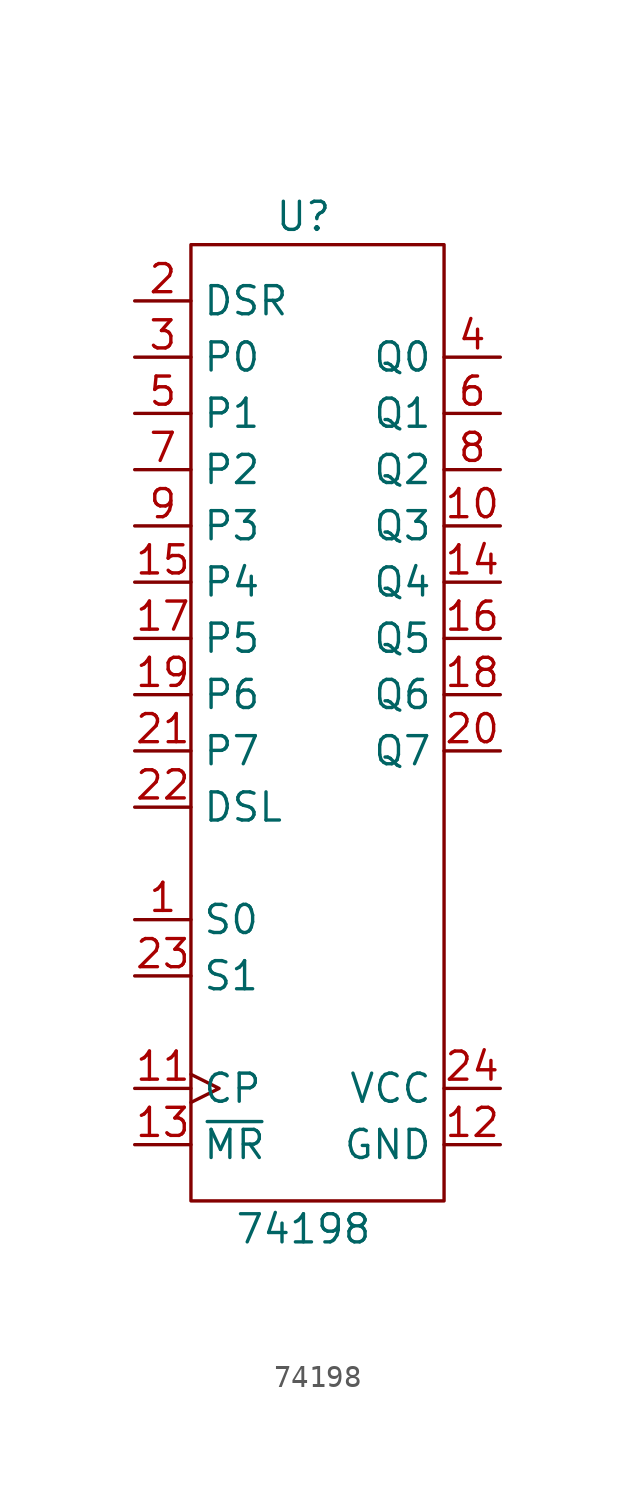
<source format=kicad_sym>
(kicad_symbol_lib
  (version 20211014)
  (generator kicad_symbol_editor)
  (symbol "74198"
    (property "Reference" "U"
      (at 5.08 1.27 0)
      (effects (font (size 1.27 1.27))))
    (property "Value" "74198"
      (at 5.08 -44.45 0)
      (effects (font (size 1.27 1.27))))
    (symbol "74198_0_1"
      (rectangle (start 0 0) (end 11.43 -43.18) (stroke (width 0) (type default) (color 0 0 0 0)) (fill (type none))))
    (symbol "74198_1_1"
      (pin input line (at -2.54 -30.48 0) (length 2.54) (name "S0" (effects (font (size 1.27 1.27)))) (number "1" (effects (font (size 1.27 1.27)))))
      (pin output line (at 13.97 -12.7 180) (length 2.54) (name "Q3" (effects (font (size 1.27 1.27)))) (number "10" (effects (font (size 1.27 1.27)))))
      (pin input clock (at -2.54 -38.1 0) (length 2.54) (name "CP" (effects (font (size 1.27 1.27)))) (number "11" (effects (font (size 1.27 1.27)))))
      (pin power_in line (at 13.97 -40.64 180) (length 2.54) (name "GND" (effects (font (size 1.27 1.27)))) (number "12" (effects (font (size 1.27 1.27)))))
      (pin input line (at -2.54 -40.64 0) (length 2.54) (name "~{MR}" (effects (font (size 1.27 1.27)))) (number "13" (effects (font (size 1.27 1.27)))))
      (pin output line (at 13.97 -15.24 180) (length 2.54) (name "Q4" (effects (font (size 1.27 1.27)))) (number "14" (effects (font (size 1.27 1.27)))))
      (pin input line (at -2.54 -15.24 0) (length 2.54) (name "P4" (effects (font (size 1.27 1.27)))) (number "15" (effects (font (size 1.27 1.27)))))
      (pin output line (at 13.97 -17.78 180) (length 2.54) (name "Q5" (effects (font (size 1.27 1.27)))) (number "16" (effects (font (size 1.27 1.27)))))
      (pin input line (at -2.54 -17.78 0) (length 2.54) (name "P5" (effects (font (size 1.27 1.27)))) (number "17" (effects (font (size 1.27 1.27)))))
      (pin output line (at 13.97 -20.32 180) (length 2.54) (name "Q6" (effects (font (size 1.27 1.27)))) (number "18" (effects (font (size 1.27 1.27)))))
      (pin input line (at -2.54 -20.32 0) (length 2.54) (name "P6" (effects (font (size 1.27 1.27)))) (number "19" (effects (font (size 1.27 1.27)))))
      (pin input line (at -2.54 -2.54 0) (length 2.54) (name "DSR" (effects (font (size 1.27 1.27)))) (number "2" (effects (font (size 1.27 1.27)))))
      (pin output line (at 13.97 -22.86 180) (length 2.54) (name "Q7" (effects (font (size 1.27 1.27)))) (number "20" (effects (font (size 1.27 1.27)))))
      (pin input line (at -2.54 -22.86 0) (length 2.54) (name "P7" (effects (font (size 1.27 1.27)))) (number "21" (effects (font (size 1.27 1.27)))))
      (pin input line (at -2.54 -25.4 0) (length 2.54) (name "DSL" (effects (font (size 1.27 1.27)))) (number "22" (effects (font (size 1.27 1.27)))))
      (pin input line (at -2.54 -33.02 0) (length 2.54) (name "S1" (effects (font (size 1.27 1.27)))) (number "23" (effects (font (size 1.27 1.27)))))
      (pin power_in line (at 13.97 -38.1 180) (length 2.54) (name "VCC" (effects (font (size 1.27 1.27)))) (number "24" (effects (font (size 1.27 1.27)))))
      (pin input line (at -2.54 -5.08 0) (length 2.54) (name "P0" (effects (font (size 1.27 1.27)))) (number "3" (effects (font (size 1.27 1.27)))))
      (pin output line (at 13.97 -5.08 180) (length 2.54) (name "Q0" (effects (font (size 1.27 1.27)))) (number "4" (effects (font (size 1.27 1.27)))))
      (pin input line (at -2.54 -7.62 0) (length 2.54) (name "P1" (effects (font (size 1.27 1.27)))) (number "5" (effects (font (size 1.27 1.27)))))
      (pin output line (at 13.97 -7.62 180) (length 2.54) (name "Q1" (effects (font (size 1.27 1.27)))) (number "6" (effects (font (size 1.27 1.27)))))
      (pin input line (at -2.54 -10.16 0) (length 2.54) (name "P2" (effects (font (size 1.27 1.27)))) (number "7" (effects (font (size 1.27 1.27)))))
      (pin output line (at 13.97 -10.16 180) (length 2.54) (name "Q2" (effects (font (size 1.27 1.27)))) (number "8" (effects (font (size 1.27 1.27)))))
      (pin input line (at -2.54 -12.7 0) (length 2.54) (name "P3" (effects (font (size 1.27 1.27)))) (number "9" (effects (font (size 1.27 1.27))))))))
</source>
